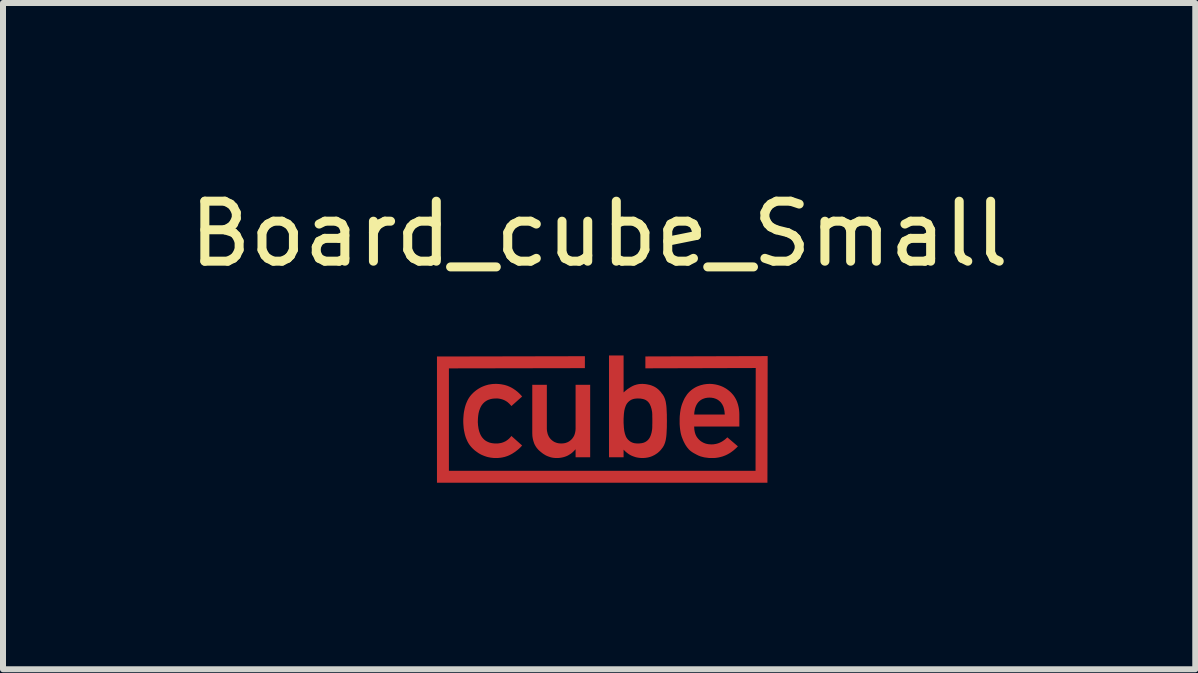
<source format=kicad_pcb>
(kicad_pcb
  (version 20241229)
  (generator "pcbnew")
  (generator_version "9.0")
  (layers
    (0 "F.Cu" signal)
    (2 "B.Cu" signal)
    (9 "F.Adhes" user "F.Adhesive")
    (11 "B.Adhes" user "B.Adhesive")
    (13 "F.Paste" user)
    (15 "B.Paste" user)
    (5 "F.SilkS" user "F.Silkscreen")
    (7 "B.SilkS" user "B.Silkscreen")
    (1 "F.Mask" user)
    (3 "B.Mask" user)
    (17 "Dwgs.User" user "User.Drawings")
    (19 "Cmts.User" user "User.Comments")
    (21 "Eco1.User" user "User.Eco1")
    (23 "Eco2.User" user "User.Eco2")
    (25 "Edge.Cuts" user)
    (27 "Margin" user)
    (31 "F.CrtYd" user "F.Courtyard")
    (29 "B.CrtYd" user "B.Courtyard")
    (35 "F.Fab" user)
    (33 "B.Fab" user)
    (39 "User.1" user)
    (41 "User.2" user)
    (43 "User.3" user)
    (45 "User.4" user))
  (footprint "Board_cube_Small"
    (layer "F.Cu")
    (at 6.935 3.848)
    (property "Reference" "Board_cube_Small" (at 0 -3 0) (unlocked yes) (layer "F.SilkS") (effects (font (size 1 1) (thickness 0.15))))
    (attr exclude_from_pos_files exclude_from_bom allow_missing_courtyard)
    (fp_poly (pts (xy 2.804 1.147) (xy -2.703 1.147) (xy -2.703 -0.957) (xy -0.238 -0.962) (xy -0.238 -0.763) (xy -2.504 -0.759) (xy -2.504 0.948) (xy 2.606 0.948) (xy 2.609 -0.765) (xy 0.77 -0.76) (xy 0.77 -0.958) (xy 2.808 -0.964)) (stroke (width 0) (type solid)) (fill yes) (layer "F.Cu"))
    (fp_poly (pts (xy -0.872 0.233) (xy -0.872 0.248) (xy -0.871 0.263) (xy -0.87 0.277) (xy -0.868 0.291) (xy -0.865 0.304) (xy -0.862 0.317) (xy -0.859 0.33) (xy -0.855 0.342) (xy -0.85 0.354) (xy -0.845 0.365) (xy -0.84 0.376) (xy -0.834 0.386) (xy -0.827 0.396) (xy -0.82 0.406) (xy -0.812 0.415) (xy -0.804 0.424) (xy -0.795 0.432) (xy -0.786 0.44) (xy -0.777 0.447) (xy -0.767 0.454) (xy -0.758 0.46) (xy -0.748 0.466) (xy -0.737 0.471) (xy -0.727 0.475) (xy -0.716 0.479) (xy -0.705 0.483) (xy -0.693 0.486) (xy -0.682 0.488) (xy -0.669 0.49) (xy -0.657 0.491) (xy -0.645 0.492) (xy -0.632 0.492) (xy -0.619 0.492) (xy -0.606 0.491) (xy -0.594 0.49) (xy -0.582 0.488) (xy -0.57 0.486) (xy -0.558 0.483) (xy -0.547 0.479) (xy -0.536 0.475) (xy -0.526 0.471) (xy -0.516 0.466) (xy -0.506 0.46) (xy -0.496 0.454) (xy -0.487 0.447) (xy -0.478 0.44) (xy -0.469 0.432) (xy -0.461 0.424) (xy -0.452 0.415) (xy -0.445 0.406) (xy -0.438 0.396) (xy -0.431 0.386) (xy -0.425 0.376) (xy -0.419 0.365) (xy -0.414 0.354) (xy -0.41 0.342) (xy -0.406 0.33) (xy -0.402 0.317) (xy -0.4 0.304) (xy -0.397 0.291) (xy -0.395 0.277) (xy -0.394 0.263) (xy -0.393 0.248) (xy -0.393 0.233) (xy -0.393 -0.485) (xy -0.15 -0.485) (xy -0.15 0.722) (xy -0.393 0.722) (xy -0.393 0.592) (xy -0.398 0.592) (xy -0.413 0.61) (xy -0.429 0.626) (xy -0.445 0.641) (xy -0.462 0.655) (xy -0.48 0.668) (xy -0.498 0.679) (xy -0.516 0.69) (xy -0.536 0.7) (xy -0.556 0.708) (xy -0.576 0.715) (xy -0.597 0.721) (xy -0.618 0.726) (xy -0.641 0.73) (xy -0.663 0.733) (xy -0.687 0.735) (xy -0.71 0.735) (xy -0.729 0.735) (xy -0.747 0.733) (xy -0.766 0.731) (xy -0.784 0.728) (xy -0.801 0.724) (xy -0.819 0.719) (xy -0.836 0.713) (xy -0.853 0.707) (xy -0.87 0.7) (xy -0.887 0.692) (xy -0.903 0.683) (xy -0.919 0.673) (xy -0.935 0.663) (xy -0.951 0.651) (xy -0.966 0.639) (xy -0.982 0.626) (xy -0.997 0.613) (xy -1.012 0.599) (xy -1.026 0.583) (xy -1.039 0.568) (xy -1.051 0.551) (xy -1.062 0.534) (xy -1.072 0.515) (xy -1.081 0.497) (xy -1.088 0.477) (xy -1.095 0.456) (xy -1.101 0.435) (xy -1.106 0.413) (xy -1.11 0.39) (xy -1.113 0.367) (xy -1.114 0.342) (xy -1.115 0.317) (xy -1.115 -0.485) (xy -0.872 -0.485)) (stroke (width 0) (type solid)) (fill yes) (layer "F.Cu"))
    (fp_poly (pts (xy -1.7 -0.5) (xy -1.683 -0.499) (xy -1.666 -0.498) (xy -1.649 -0.496) (xy -1.633 -0.494) (xy -1.617 -0.491) (xy -1.601 -0.488) (xy -1.585 -0.485) (xy -1.57 -0.481) (xy -1.555 -0.477) (xy -1.54 -0.472) (xy -1.525 -0.467) (xy -1.511 -0.461) (xy -1.497 -0.455) (xy -1.483 -0.449) (xy -1.47 -0.442) (xy -1.456 -0.435) (xy -1.443 -0.427) (xy -1.431 -0.42) (xy -1.418 -0.411) (xy -1.406 -0.403) (xy -1.393 -0.394) (xy -1.382 -0.385) (xy -1.37 -0.376) (xy -1.358 -0.366) (xy -1.347 -0.356) (xy -1.336 -0.346) (xy -1.325 -0.335) (xy -1.314 -0.324) (xy -1.304 -0.313) (xy -1.294 -0.302) (xy -1.284 -0.29) (xy -1.463 -0.131) (xy -1.474 -0.145) (xy -1.487 -0.159) (xy -1.499 -0.172) (xy -1.513 -0.184) (xy -1.526 -0.196) (xy -1.54 -0.206) (xy -1.555 -0.215) (xy -1.57 -0.224) (xy -1.586 -0.231) (xy -1.602 -0.238) (xy -1.618 -0.243) (xy -1.635 -0.248) (xy -1.653 -0.252) (xy -1.671 -0.255) (xy -1.689 -0.257) (xy -1.708 -0.258) (xy -1.727 -0.257) (xy -1.745 -0.257) (xy -1.763 -0.255) (xy -1.781 -0.253) (xy -1.797 -0.25) (xy -1.813 -0.246) (xy -1.829 -0.241) (xy -1.844 -0.236) (xy -1.858 -0.23) (xy -1.872 -0.223) (xy -1.885 -0.215) (xy -1.897 -0.207) (xy -1.909 -0.198) (xy -1.92 -0.188) (xy -1.931 -0.177) (xy -1.941 -0.166) (xy -1.951 -0.153) (xy -1.96 -0.141) (xy -1.968 -0.127) (xy -1.976 -0.112) (xy -1.983 -0.097) (xy -1.989 -0.081) (xy -1.995 -0.065) (xy -2.001 -0.047) (xy -2.01 -0.01) (xy -2.016 0.03) (xy -2.02 0.073) (xy -2.022 0.119) (xy -2.022 0.143) (xy -2.02 0.165) (xy -2.019 0.187) (xy -2.016 0.208) (xy -2.013 0.228) (xy -2.01 0.248) (xy -2.005 0.267) (xy -2.001 0.285) (xy -1.995 0.302) (xy -1.989 0.319) (xy -1.983 0.334) (xy -1.976 0.349) (xy -1.968 0.364) (xy -1.96 0.377) (xy -1.951 0.39) (xy -1.941 0.402) (xy -1.931 0.413) (xy -1.92 0.424) (xy -1.909 0.434) (xy -1.897 0.443) (xy -1.885 0.451) (xy -1.872 0.458) (xy -1.858 0.465) (xy -1.844 0.471) (xy -1.829 0.477) (xy -1.813 0.481) (xy -1.797 0.485) (xy -1.781 0.488) (xy -1.763 0.49) (xy -1.745 0.492) (xy -1.727 0.492) (xy -1.708 0.492) (xy -1.689 0.492) (xy -1.671 0.49) (xy -1.653 0.487) (xy -1.635 0.484) (xy -1.618 0.479) (xy -1.602 0.474) (xy -1.586 0.467) (xy -1.57 0.46) (xy -1.555 0.452) (xy -1.54 0.442) (xy -1.526 0.432) (xy -1.513 0.421) (xy -1.499 0.409) (xy -1.487 0.396) (xy -1.474 0.382) (xy -1.463 0.367) (xy -1.284 0.526) (xy -1.294 0.537) (xy -1.304 0.548) (xy -1.314 0.559) (xy -1.325 0.569) (xy -1.336 0.58) (xy -1.347 0.589) (xy -1.358 0.599) (xy -1.37 0.608) (xy -1.382 0.617) (xy -1.393 0.626) (xy -1.406 0.635) (xy -1.418 0.643) (xy -1.431 0.651) (xy -1.443 0.659) (xy -1.456 0.667) (xy -1.47 0.674) (xy -1.483 0.681) (xy -1.497 0.688) (xy -1.511 0.694) (xy -1.525 0.7) (xy -1.54 0.705) (xy -1.555 0.71) (xy -1.57 0.715) (xy -1.585 0.719) (xy -1.601 0.722) (xy -1.617 0.726) (xy -1.633 0.728) (xy -1.649 0.731) (xy -1.666 0.732) (xy -1.683 0.734) (xy -1.7 0.735) (xy -1.717 0.735) (xy -1.744 0.735) (xy -1.77 0.733) (xy -1.796 0.73) (xy -1.821 0.726) (xy -1.846 0.721) (xy -1.871 0.715) (xy -1.895 0.707) (xy -1.918 0.699) (xy -1.942 0.689) (xy -1.965 0.679) (xy -1.987 0.667) (xy -2.009 0.654) (xy -2.031 0.639) (xy -2.052 0.624) (xy -2.073 0.608) (xy -2.093 0.59) (xy -2.113 0.571) (xy -2.132 0.551) (xy -2.15 0.529) (xy -2.167 0.506) (xy -2.182 0.482) (xy -2.196 0.456) (xy -2.208 0.428) (xy -2.22 0.4) (xy -2.23 0.37) (xy -2.239 0.338) (xy -2.246 0.305) (xy -2.253 0.271) (xy -2.258 0.235) (xy -2.261 0.198) (xy -2.264 0.159) (xy -2.265 0.119) (xy -2.264 0.079) (xy -2.261 0.04) (xy -2.258 0.002) (xy -2.253 -0.034) (xy -2.246 -0.069) (xy -2.239 -0.102) (xy -2.23 -0.134) (xy -2.22 -0.165) (xy -2.208 -0.194) (xy -2.196 -0.221) (xy -2.182 -0.248) (xy -2.167 -0.272) (xy -2.15 -0.296) (xy -2.132 -0.318) (xy -2.113 -0.338) (xy -2.093 -0.358) (xy -2.073 -0.375) (xy -2.052 -0.392) (xy -2.031 -0.407) (xy -2.009 -0.421) (xy -1.987 -0.434) (xy -1.965 -0.446) (xy -1.942 -0.456) (xy -1.918 -0.466) (xy -1.895 -0.474) (xy -1.871 -0.481) (xy -1.846 -0.488) (xy -1.821 -0.492) (xy -1.796 -0.496) (xy -1.77 -0.499) (xy -1.744 -0.5) (xy -1.717 -0.501)) (stroke (width 0) (type solid)) (fill yes) (layer "F.Cu"))
    (fp_poly (pts (xy 1.864 -0.5) (xy 1.889 -0.498) (xy 1.913 -0.495) (xy 1.938 -0.491) (xy 1.961 -0.486) (xy 1.984 -0.48) (xy 2.007 -0.473) (xy 2.029 -0.465) (xy 2.051 -0.456) (xy 2.072 -0.446) (xy 2.092 -0.435) (xy 2.113 -0.423) (xy 2.132 -0.41) (xy 2.151 -0.396) (xy 2.17 -0.381) (xy 2.188 -0.365) (xy 2.206 -0.347) (xy 2.222 -0.329) (xy 2.238 -0.31) (xy 2.252 -0.29) (xy 2.265 -0.27) (xy 2.277 -0.248) (xy 2.288 -0.226) (xy 2.298 -0.203) (xy 2.306 -0.179) (xy 2.314 -0.154) (xy 2.32 -0.129) (xy 2.326 -0.103) (xy 2.33 -0.076) (xy 2.333 -0.048) (xy 2.335 -0.019) (xy 2.336 0.01) (xy 2.336 0.21) (xy 1.583 0.21) (xy 1.584 0.228) (xy 1.585 0.245) (xy 1.586 0.262) (xy 1.589 0.278) (xy 1.592 0.294) (xy 1.595 0.309) (xy 1.6 0.324) (xy 1.604 0.338) (xy 1.61 0.351) (xy 1.616 0.364) (xy 1.623 0.377) (xy 1.631 0.389) (xy 1.639 0.4) (xy 1.648 0.411) (xy 1.657 0.421) (xy 1.667 0.431) (xy 1.677 0.44) (xy 1.687 0.449) (xy 1.698 0.457) (xy 1.709 0.464) (xy 1.721 0.471) (xy 1.733 0.478) (xy 1.745 0.483) (xy 1.757 0.488) (xy 1.77 0.493) (xy 1.784 0.497) (xy 1.798 0.5) (xy 1.812 0.503) (xy 1.826 0.505) (xy 1.841 0.506) (xy 1.856 0.507) (xy 1.872 0.508) (xy 1.89 0.507) (xy 1.908 0.506) (xy 1.926 0.503) (xy 1.944 0.5) (xy 1.961 0.496) (xy 1.978 0.491) (xy 1.995 0.485) (xy 2.012 0.478) (xy 2.028 0.47) (xy 2.044 0.462) (xy 2.06 0.452) (xy 2.076 0.441) (xy 2.091 0.43) (xy 2.106 0.418) (xy 2.121 0.404) (xy 2.136 0.39) (xy 2.312 0.54) (xy 2.288 0.564) (xy 2.264 0.586) (xy 2.24 0.607) (xy 2.215 0.626) (xy 2.19 0.644) (xy 2.164 0.66) (xy 2.137 0.675) (xy 2.11 0.688) (xy 2.083 0.699) (xy 2.055 0.709) (xy 2.026 0.717) (xy 1.997 0.724) (xy 1.968 0.729) (xy 1.938 0.733) (xy 1.908 0.735) (xy 1.877 0.735) (xy 1.853 0.735) (xy 1.829 0.734) (xy 1.806 0.731) (xy 1.782 0.728) (xy 1.759 0.725) (xy 1.736 0.72) (xy 1.713 0.714) (xy 1.691 0.708) (xy 1.679 0.704) (xy 1.668 0.699) (xy 1.657 0.695) (xy 1.646 0.69) (xy 1.635 0.684) (xy 1.624 0.679) (xy 1.613 0.673) (xy 1.602 0.667) (xy 1.591 0.661) (xy 1.58 0.655) (xy 1.569 0.649) (xy 1.558 0.642) (xy 1.548 0.635) (xy 1.537 0.628) (xy 1.527 0.62) (xy 1.517 0.612) (xy 1.508 0.604) (xy 1.498 0.595) (xy 1.489 0.585) (xy 1.481 0.575) (xy 1.472 0.565) (xy 1.464 0.554) (xy 1.456 0.543) (xy 1.448 0.531) (xy 1.44 0.519) (xy 1.433 0.507) (xy 1.426 0.494) (xy 1.419 0.481) (xy 1.412 0.467) (xy 1.405 0.453) (xy 1.399 0.439) (xy 1.393 0.424) (xy 1.387 0.409) (xy 1.381 0.394) (xy 1.375 0.378) (xy 1.37 0.361) (xy 1.365 0.344) (xy 1.361 0.327) (xy 1.357 0.309) (xy 1.354 0.29) (xy 1.351 0.271) (xy 1.348 0.251) (xy 1.346 0.231) (xy 1.344 0.21) (xy 1.341 0.167) (xy 1.341 0.122) (xy 1.341 0.1) (xy 1.341 0.078) (xy 1.342 0.057) (xy 1.343 0.036) (xy 1.345 0.016) (xy 1.346 0.01) (xy 1.583 0.01) (xy 2.093 0.01) (xy 2.092 -0.007) (xy 2.09 -0.024) (xy 2.089 -0.04) (xy 2.086 -0.056) (xy 2.083 -0.071) (xy 2.08 -0.086) (xy 2.076 -0.1) (xy 2.072 -0.114) (xy 2.067 -0.127) (xy 2.061 -0.139) (xy 2.055 -0.151) (xy 2.049 -0.163) (xy 2.041 -0.173) (xy 2.034 -0.184) (xy 2.026 -0.194) (xy 2.017 -0.203) (xy 2.008 -0.211) (xy 1.999 -0.219) (xy 1.99 -0.226) (xy 1.98 -0.233) (xy 1.97 -0.239) (xy 1.959 -0.245) (xy 1.949 -0.25) (xy 1.938 -0.254) (xy 1.926 -0.258) (xy 1.915 -0.262) (xy 1.903 -0.265) (xy 1.89 -0.267) (xy 1.878 -0.269) (xy 1.865 -0.271) (xy 1.852 -0.271) (xy 1.838 -0.272) (xy 1.825 -0.271) (xy 1.811 -0.271) (xy 1.799 -0.269) (xy 1.786 -0.267) (xy 1.774 -0.265) (xy 1.762 -0.262) (xy 1.75 -0.258) (xy 1.739 -0.254) (xy 1.728 -0.25) (xy 1.717 -0.245) (xy 1.706 -0.239) (xy 1.696 -0.233) (xy 1.686 -0.226) (xy 1.677 -0.219) (xy 1.668 -0.211) (xy 1.659 -0.203) (xy 1.651 -0.194) (xy 1.643 -0.184) (xy 1.635 -0.173) (xy 1.629 -0.163) (xy 1.622 -0.151) (xy 1.616 -0.139) (xy 1.611 -0.127) (xy 1.606 -0.114) (xy 1.601 -0.1) (xy 1.597 -0.086) (xy 1.594 -0.071) (xy 1.591 -0.056) (xy 1.588 -0.04) (xy 1.586 -0.024) (xy 1.585 -0.007) (xy 1.583 0.01) (xy 1.346 0.01) (xy 1.347 -0.004) (xy 1.349 -0.024) (xy 1.352 -0.042) (xy 1.355 -0.061) (xy 1.358 -0.079) (xy 1.362 -0.096) (xy 1.366 -0.113) (xy 1.37 -0.129) (xy 1.375 -0.145) (xy 1.38 -0.161) (xy 1.386 -0.176) (xy 1.392 -0.191) (xy 1.398 -0.205) (xy 1.404 -0.22) (xy 1.41 -0.233) (xy 1.417 -0.247) (xy 1.423 -0.26) (xy 1.43 -0.272) (xy 1.438 -0.284) (xy 1.445 -0.296) (xy 1.453 -0.307) (xy 1.46 -0.318) (xy 1.468 -0.329) (xy 1.476 -0.339) (xy 1.485 -0.349) (xy 1.493 -0.358) (xy 1.502 -0.367) (xy 1.511 -0.376) (xy 1.52 -0.384) (xy 1.53 -0.392) (xy 1.539 -0.4) (xy 1.549 -0.407) (xy 1.559 -0.415) (xy 1.569 -0.421) (xy 1.579 -0.428) (xy 1.589 -0.434) (xy 1.599 -0.44) (xy 1.61 -0.446) (xy 1.62 -0.451) (xy 1.631 -0.456) (xy 1.642 -0.461) (xy 1.653 -0.465) (xy 1.664 -0.469) (xy 1.686 -0.477) (xy 1.708 -0.483) (xy 1.73 -0.488) (xy 1.741 -0.491) (xy 1.752 -0.493) (xy 1.763 -0.494) (xy 1.773 -0.496) (xy 1.784 -0.497) (xy 1.795 -0.499) (xy 1.806 -0.499) (xy 1.817 -0.5) (xy 1.827 -0.5) (xy 1.838 -0.501)) (stroke (width 0) (type solid)) (fill yes) (layer "F.Cu"))
    (fp_poly (pts (xy 0.407 -0.358) (xy 0.415 -0.365) (xy 0.424 -0.373) (xy 0.432 -0.381) (xy 0.441 -0.388) (xy 0.45 -0.395) (xy 0.458 -0.402) (xy 0.467 -0.409) (xy 0.476 -0.416) (xy 0.495 -0.428) (xy 0.513 -0.44) (xy 0.533 -0.452) (xy 0.552 -0.462) (xy 0.561 -0.467) (xy 0.571 -0.471) (xy 0.58 -0.475) (xy 0.59 -0.479) (xy 0.6 -0.482) (xy 0.61 -0.485) (xy 0.62 -0.488) (xy 0.63 -0.491) (xy 0.641 -0.493) (xy 0.651 -0.495) (xy 0.662 -0.497) (xy 0.673 -0.498) (xy 0.684 -0.499) (xy 0.696 -0.5) (xy 0.707 -0.5) (xy 0.719 -0.501) (xy 0.746 -0.499) (xy 0.772 -0.497) (xy 0.798 -0.493) (xy 0.822 -0.488) (xy 0.846 -0.483) (xy 0.868 -0.476) (xy 0.89 -0.467) (xy 0.9 -0.463) (xy 0.911 -0.458) (xy 0.921 -0.453) (xy 0.93 -0.448) (xy 0.94 -0.442) (xy 0.949 -0.436) (xy 0.958 -0.43) (xy 0.967 -0.423) (xy 0.976 -0.416) (xy 0.984 -0.409) (xy 0.992 -0.402) (xy 1 -0.394) (xy 1.008 -0.386) (xy 1.015 -0.378) (xy 1.023 -0.37) (xy 1.03 -0.361) (xy 1.036 -0.352) (xy 1.043 -0.342) (xy 1.049 -0.335) (xy 1.055 -0.328) (xy 1.061 -0.32) (xy 1.066 -0.312) (xy 1.071 -0.303) (xy 1.076 -0.295) (xy 1.081 -0.286) (xy 1.085 -0.276) (xy 1.089 -0.267) (xy 1.093 -0.257) (xy 1.097 -0.247) (xy 1.1 -0.237) (xy 1.103 -0.226) (xy 1.106 -0.215) (xy 1.109 -0.204) (xy 1.111 -0.192) (xy 1.115 -0.167) (xy 1.119 -0.139) (xy 1.122 -0.106) (xy 1.124 -0.069) (xy 1.126 -0.028) (xy 1.128 0.016) (xy 1.128 0.065) (xy 1.129 0.117) (xy 1.128 0.169) (xy 1.128 0.216) (xy 1.126 0.26) (xy 1.124 0.301) (xy 1.122 0.337) (xy 1.119 0.37) (xy 1.115 0.399) (xy 1.111 0.424) (xy 1.109 0.436) (xy 1.106 0.448) (xy 1.103 0.459) (xy 1.1 0.47) (xy 1.097 0.481) (xy 1.093 0.491) (xy 1.089 0.501) (xy 1.085 0.511) (xy 1.081 0.521) (xy 1.076 0.53) (xy 1.071 0.539) (xy 1.066 0.547) (xy 1.061 0.556) (xy 1.055 0.564) (xy 1.049 0.571) (xy 1.043 0.579) (xy 1.037 0.587) (xy 1.03 0.596) (xy 1.023 0.604) (xy 1.016 0.612) (xy 1.009 0.619) (xy 1.001 0.627) (xy 0.993 0.634) (xy 0.985 0.641) (xy 0.977 0.648) (xy 0.968 0.655) (xy 0.959 0.661) (xy 0.95 0.667) (xy 0.941 0.673) (xy 0.931 0.679) (xy 0.922 0.685) (xy 0.911 0.69) (xy 0.901 0.695) (xy 0.891 0.7) (xy 0.88 0.705) (xy 0.869 0.709) (xy 0.858 0.713) (xy 0.847 0.717) (xy 0.835 0.72) (xy 0.823 0.723) (xy 0.811 0.726) (xy 0.798 0.728) (xy 0.786 0.73) (xy 0.773 0.732) (xy 0.76 0.733) (xy 0.746 0.734) (xy 0.732 0.735) (xy 0.719 0.735) (xy 0.695 0.734) (xy 0.672 0.732) (xy 0.649 0.729) (xy 0.627 0.725) (xy 0.606 0.72) (xy 0.585 0.713) (xy 0.565 0.706) (xy 0.545 0.698) (xy 0.526 0.689) (xy 0.507 0.678) (xy 0.489 0.667) (xy 0.472 0.654) (xy 0.455 0.641) (xy 0.438 0.627) (xy 0.422 0.611) (xy 0.407 0.595) (xy 0.407 0.722) (xy 0.164 0.722) (xy 0.164 0.117) (xy 0.407 0.117) (xy 0.407 0.133) (xy 0.407 0.149) (xy 0.408 0.165) (xy 0.409 0.181) (xy 0.41 0.198) (xy 0.411 0.214) (xy 0.412 0.231) (xy 0.414 0.247) (xy 0.416 0.264) (xy 0.418 0.28) (xy 0.421 0.296) (xy 0.425 0.311) (xy 0.428 0.326) (xy 0.433 0.341) (xy 0.438 0.355) (xy 0.443 0.369) (xy 0.446 0.376) (xy 0.449 0.383) (xy 0.452 0.389) (xy 0.456 0.395) (xy 0.46 0.401) (xy 0.464 0.407) (xy 0.468 0.413) (xy 0.473 0.419) (xy 0.477 0.424) (xy 0.482 0.429) (xy 0.487 0.434) (xy 0.493 0.439) (xy 0.498 0.444) (xy 0.504 0.449) (xy 0.51 0.453) (xy 0.516 0.458) (xy 0.522 0.462) (xy 0.529 0.466) (xy 0.535 0.469) (xy 0.542 0.473) (xy 0.549 0.476) (xy 0.557 0.479) (xy 0.564 0.481) (xy 0.572 0.484) (xy 0.58 0.486) (xy 0.589 0.488) (xy 0.598 0.489) (xy 0.607 0.49) (xy 0.616 0.491) (xy 0.625 0.492) (xy 0.635 0.492) (xy 0.645 0.492) (xy 0.656 0.492) (xy 0.666 0.492) (xy 0.676 0.491) (xy 0.686 0.49) (xy 0.695 0.489) (xy 0.705 0.488) (xy 0.714 0.486) (xy 0.722 0.484) (xy 0.731 0.482) (xy 0.739 0.48) (xy 0.746 0.477) (xy 0.754 0.474) (xy 0.761 0.471) (xy 0.768 0.467) (xy 0.775 0.464) (xy 0.781 0.46) (xy 0.787 0.456) (xy 0.793 0.451) (xy 0.799 0.447) (xy 0.804 0.442) (xy 0.81 0.437) (xy 0.815 0.432) (xy 0.819 0.427) (xy 0.824 0.421) (xy 0.828 0.416) (xy 0.832 0.41) (xy 0.836 0.405) (xy 0.84 0.399) (xy 0.843 0.393) (xy 0.846 0.387) (xy 0.849 0.38) (xy 0.852 0.374) (xy 0.858 0.36) (xy 0.863 0.346) (xy 0.867 0.331) (xy 0.872 0.316) (xy 0.875 0.3) (xy 0.878 0.284) (xy 0.881 0.267) (xy 0.883 0.251) (xy 0.885 0.218) (xy 0.885 0.185) (xy 0.886 0.151) (xy 0.886 0.117) (xy 0.886 0.081) (xy 0.885 0.046) (xy 0.885 0.011) (xy 0.883 -0.024) (xy 0.881 -0.04) (xy 0.878 -0.055) (xy 0.875 -0.07) (xy 0.872 -0.085) (xy 0.867 -0.1) (xy 0.863 -0.115) (xy 0.858 -0.129) (xy 0.852 -0.142) (xy 0.849 -0.149) (xy 0.846 -0.156) (xy 0.843 -0.162) (xy 0.84 -0.168) (xy 0.836 -0.174) (xy 0.832 -0.18) (xy 0.828 -0.186) (xy 0.824 -0.191) (xy 0.819 -0.196) (xy 0.815 -0.202) (xy 0.81 -0.206) (xy 0.804 -0.211) (xy 0.799 -0.216) (xy 0.793 -0.22) (xy 0.787 -0.224) (xy 0.781 -0.228) (xy 0.775 -0.232) (xy 0.768 -0.235) (xy 0.761 -0.238) (xy 0.754 -0.241) (xy 0.746 -0.244) (xy 0.739 -0.246) (xy 0.731 -0.248) (xy 0.722 -0.25) (xy 0.714 -0.252) (xy 0.705 -0.253) (xy 0.695 -0.255) (xy 0.686 -0.256) (xy 0.676 -0.257) (xy 0.666 -0.257) (xy 0.656 -0.257) (xy 0.645 -0.258) (xy 0.635 -0.257) (xy 0.625 -0.257) (xy 0.616 -0.256) (xy 0.607 -0.255) (xy 0.598 -0.254) (xy 0.589 -0.253) (xy 0.58 -0.251) (xy 0.572 -0.249) (xy 0.564 -0.247) (xy 0.557 -0.244) (xy 0.549 -0.242) (xy 0.542 -0.239) (xy 0.535 -0.235) (xy 0.529 -0.232) (xy 0.522 -0.228) (xy 0.516 -0.224) (xy 0.51 -0.22) (xy 0.504 -0.215) (xy 0.498 -0.211) (xy 0.493 -0.206) (xy 0.487 -0.201) (xy 0.482 -0.196) (xy 0.477 -0.19) (xy 0.473 -0.185) (xy 0.468 -0.179) (xy 0.464 -0.174) (xy 0.46 -0.168) (xy 0.456 -0.161) (xy 0.452 -0.155) (xy 0.449 -0.149) (xy 0.446 -0.142) (xy 0.443 -0.135) (xy 0.438 -0.122) (xy 0.433 -0.107) (xy 0.428 -0.093) (xy 0.425 -0.078) (xy 0.421 -0.064) (xy 0.418 -0.048) (xy 0.416 -0.033) (xy 0.414 -0.017) (xy 0.412 -0.001) (xy 0.411 0.016) (xy 0.41 0.032) (xy 0.409 0.049) (xy 0.408 0.066) (xy 0.407 0.082) (xy 0.407 0.1) (xy 0.407 0.117) (xy 0.164 0.117) (xy 0.164 -0.974) (xy 0.407 -0.974)) (stroke (width 0) (type solid)) (fill yes) (layer "F.Cu"))
    (fp_poly (pts (xy 2.804 1.147) (xy -2.703 1.147) (xy -2.703 -0.957) (xy -0.238 -0.962) (xy -0.238 -0.763) (xy -2.504 -0.759) (xy -2.504 0.948) (xy 2.606 0.948) (xy 2.609 -0.765) (xy 0.77 -0.76) (xy 0.77 -0.958) (xy 2.808 -0.964)) (stroke (width 0) (type solid)) (fill yes) (layer "F.Mask"))
    (fp_poly (pts (xy -0.872 0.233) (xy -0.872 0.248) (xy -0.871 0.263) (xy -0.87 0.277) (xy -0.868 0.291) (xy -0.865 0.304) (xy -0.862 0.317) (xy -0.859 0.33) (xy -0.855 0.342) (xy -0.85 0.354) (xy -0.845 0.365) (xy -0.84 0.376) (xy -0.834 0.386) (xy -0.827 0.396) (xy -0.82 0.406) (xy -0.812 0.415) (xy -0.804 0.424) (xy -0.795 0.432) (xy -0.786 0.44) (xy -0.777 0.447) (xy -0.767 0.454) (xy -0.758 0.46) (xy -0.748 0.466) (xy -0.737 0.471) (xy -0.727 0.475) (xy -0.716 0.479) (xy -0.705 0.483) (xy -0.693 0.486) (xy -0.682 0.488) (xy -0.669 0.49) (xy -0.657 0.491) (xy -0.645 0.492) (xy -0.632 0.492) (xy -0.619 0.492) (xy -0.606 0.491) (xy -0.594 0.49) (xy -0.582 0.488) (xy -0.57 0.486) (xy -0.558 0.483) (xy -0.547 0.479) (xy -0.536 0.475) (xy -0.526 0.471) (xy -0.516 0.466) (xy -0.506 0.46) (xy -0.496 0.454) (xy -0.487 0.447) (xy -0.478 0.44) (xy -0.469 0.432) (xy -0.461 0.424) (xy -0.452 0.415) (xy -0.445 0.406) (xy -0.438 0.396) (xy -0.431 0.386) (xy -0.425 0.376) (xy -0.419 0.365) (xy -0.414 0.354) (xy -0.41 0.342) (xy -0.406 0.33) (xy -0.402 0.317) (xy -0.4 0.304) (xy -0.397 0.291) (xy -0.395 0.277) (xy -0.394 0.263) (xy -0.393 0.248) (xy -0.393 0.233) (xy -0.393 -0.485) (xy -0.15 -0.485) (xy -0.15 0.722) (xy -0.393 0.722) (xy -0.393 0.592) (xy -0.398 0.592) (xy -0.413 0.61) (xy -0.429 0.626) (xy -0.445 0.641) (xy -0.462 0.655) (xy -0.48 0.668) (xy -0.498 0.679) (xy -0.516 0.69) (xy -0.536 0.7) (xy -0.556 0.708) (xy -0.576 0.715) (xy -0.597 0.721) (xy -0.618 0.726) (xy -0.641 0.73) (xy -0.663 0.733) (xy -0.687 0.735) (xy -0.71 0.735) (xy -0.729 0.735) (xy -0.747 0.733) (xy -0.766 0.731) (xy -0.784 0.728) (xy -0.801 0.724) (xy -0.819 0.719) (xy -0.836 0.713) (xy -0.853 0.707) (xy -0.87 0.7) (xy -0.887 0.692) (xy -0.903 0.683) (xy -0.919 0.673) (xy -0.935 0.663) (xy -0.951 0.651) (xy -0.966 0.639) (xy -0.982 0.626) (xy -0.997 0.613) (xy -1.012 0.599) (xy -1.026 0.583) (xy -1.039 0.568) (xy -1.051 0.551) (xy -1.062 0.534) (xy -1.072 0.515) (xy -1.081 0.497) (xy -1.088 0.477) (xy -1.095 0.456) (xy -1.101 0.435) (xy -1.106 0.413) (xy -1.11 0.39) (xy -1.113 0.367) (xy -1.114 0.342) (xy -1.115 0.317) (xy -1.115 -0.485) (xy -0.872 -0.485)) (stroke (width 0) (type solid)) (fill yes) (layer "F.Mask"))
    (fp_poly (pts (xy -1.7 -0.5) (xy -1.683 -0.499) (xy -1.666 -0.498) (xy -1.649 -0.496) (xy -1.633 -0.494) (xy -1.617 -0.491) (xy -1.601 -0.488) (xy -1.585 -0.485) (xy -1.57 -0.481) (xy -1.555 -0.477) (xy -1.54 -0.472) (xy -1.525 -0.467) (xy -1.511 -0.461) (xy -1.497 -0.455) (xy -1.483 -0.449) (xy -1.47 -0.442) (xy -1.456 -0.435) (xy -1.443 -0.427) (xy -1.431 -0.42) (xy -1.418 -0.411) (xy -1.406 -0.403) (xy -1.393 -0.394) (xy -1.382 -0.385) (xy -1.37 -0.376) (xy -1.358 -0.366) (xy -1.347 -0.356) (xy -1.336 -0.346) (xy -1.325 -0.335) (xy -1.314 -0.324) (xy -1.304 -0.313) (xy -1.294 -0.302) (xy -1.284 -0.29) (xy -1.463 -0.131) (xy -1.474 -0.145) (xy -1.487 -0.159) (xy -1.499 -0.172) (xy -1.513 -0.184) (xy -1.526 -0.196) (xy -1.54 -0.206) (xy -1.555 -0.215) (xy -1.57 -0.224) (xy -1.586 -0.231) (xy -1.602 -0.238) (xy -1.618 -0.243) (xy -1.635 -0.248) (xy -1.653 -0.252) (xy -1.671 -0.255) (xy -1.689 -0.257) (xy -1.708 -0.258) (xy -1.727 -0.257) (xy -1.745 -0.257) (xy -1.763 -0.255) (xy -1.781 -0.253) (xy -1.797 -0.25) (xy -1.813 -0.246) (xy -1.829 -0.241) (xy -1.844 -0.236) (xy -1.858 -0.23) (xy -1.872 -0.223) (xy -1.885 -0.215) (xy -1.897 -0.207) (xy -1.909 -0.198) (xy -1.92 -0.188) (xy -1.931 -0.177) (xy -1.941 -0.166) (xy -1.951 -0.153) (xy -1.96 -0.141) (xy -1.968 -0.127) (xy -1.976 -0.112) (xy -1.983 -0.097) (xy -1.989 -0.081) (xy -1.995 -0.065) (xy -2.001 -0.047) (xy -2.01 -0.01) (xy -2.016 0.03) (xy -2.02 0.073) (xy -2.022 0.119) (xy -2.022 0.143) (xy -2.02 0.165) (xy -2.019 0.187) (xy -2.016 0.208) (xy -2.013 0.228) (xy -2.01 0.248) (xy -2.005 0.267) (xy -2.001 0.285) (xy -1.995 0.302) (xy -1.989 0.319) (xy -1.983 0.334) (xy -1.976 0.349) (xy -1.968 0.364) (xy -1.96 0.377) (xy -1.951 0.39) (xy -1.941 0.402) (xy -1.931 0.413) (xy -1.92 0.424) (xy -1.909 0.434) (xy -1.897 0.443) (xy -1.885 0.451) (xy -1.872 0.458) (xy -1.858 0.465) (xy -1.844 0.471) (xy -1.829 0.477) (xy -1.813 0.481) (xy -1.797 0.485) (xy -1.781 0.488) (xy -1.763 0.49) (xy -1.745 0.492) (xy -1.727 0.492) (xy -1.708 0.492) (xy -1.689 0.492) (xy -1.671 0.49) (xy -1.653 0.487) (xy -1.635 0.484) (xy -1.618 0.479) (xy -1.602 0.474) (xy -1.586 0.467) (xy -1.57 0.46) (xy -1.555 0.452) (xy -1.54 0.442) (xy -1.526 0.432) (xy -1.513 0.421) (xy -1.499 0.409) (xy -1.487 0.396) (xy -1.474 0.382) (xy -1.463 0.367) (xy -1.284 0.526) (xy -1.294 0.537) (xy -1.304 0.548) (xy -1.314 0.559) (xy -1.325 0.569) (xy -1.336 0.58) (xy -1.347 0.589) (xy -1.358 0.599) (xy -1.37 0.608) (xy -1.382 0.617) (xy -1.393 0.626) (xy -1.406 0.635) (xy -1.418 0.643) (xy -1.431 0.651) (xy -1.443 0.659) (xy -1.456 0.667) (xy -1.47 0.674) (xy -1.483 0.681) (xy -1.497 0.688) (xy -1.511 0.694) (xy -1.525 0.7) (xy -1.54 0.705) (xy -1.555 0.71) (xy -1.57 0.715) (xy -1.585 0.719) (xy -1.601 0.722) (xy -1.617 0.726) (xy -1.633 0.728) (xy -1.649 0.731) (xy -1.666 0.732) (xy -1.683 0.734) (xy -1.7 0.735) (xy -1.717 0.735) (xy -1.744 0.735) (xy -1.77 0.733) (xy -1.796 0.73) (xy -1.821 0.726) (xy -1.846 0.721) (xy -1.871 0.715) (xy -1.895 0.707) (xy -1.918 0.699) (xy -1.942 0.689) (xy -1.965 0.679) (xy -1.987 0.667) (xy -2.009 0.654) (xy -2.031 0.639) (xy -2.052 0.624) (xy -2.073 0.608) (xy -2.093 0.59) (xy -2.113 0.571) (xy -2.132 0.551) (xy -2.15 0.529) (xy -2.167 0.506) (xy -2.182 0.482) (xy -2.196 0.456) (xy -2.208 0.428) (xy -2.22 0.4) (xy -2.23 0.37) (xy -2.239 0.338) (xy -2.246 0.305) (xy -2.253 0.271) (xy -2.258 0.235) (xy -2.261 0.198) (xy -2.264 0.159) (xy -2.265 0.119) (xy -2.264 0.079) (xy -2.261 0.04) (xy -2.258 0.002) (xy -2.253 -0.034) (xy -2.246 -0.069) (xy -2.239 -0.102) (xy -2.23 -0.134) (xy -2.22 -0.165) (xy -2.208 -0.194) (xy -2.196 -0.221) (xy -2.182 -0.248) (xy -2.167 -0.272) (xy -2.15 -0.296) (xy -2.132 -0.318) (xy -2.113 -0.338) (xy -2.093 -0.358) (xy -2.073 -0.375) (xy -2.052 -0.392) (xy -2.031 -0.407) (xy -2.009 -0.421) (xy -1.987 -0.434) (xy -1.965 -0.446) (xy -1.942 -0.456) (xy -1.918 -0.466) (xy -1.895 -0.474) (xy -1.871 -0.481) (xy -1.846 -0.488) (xy -1.821 -0.492) (xy -1.796 -0.496) (xy -1.77 -0.499) (xy -1.744 -0.5) (xy -1.717 -0.501)) (stroke (width 0) (type solid)) (fill yes) (layer "F.Mask"))
    (fp_poly (pts (xy 1.864 -0.5) (xy 1.889 -0.498) (xy 1.913 -0.495) (xy 1.938 -0.491) (xy 1.961 -0.486) (xy 1.984 -0.48) (xy 2.007 -0.473) (xy 2.029 -0.465) (xy 2.051 -0.456) (xy 2.072 -0.446) (xy 2.092 -0.435) (xy 2.113 -0.423) (xy 2.132 -0.41) (xy 2.151 -0.396) (xy 2.17 -0.381) (xy 2.188 -0.365) (xy 2.206 -0.347) (xy 2.222 -0.329) (xy 2.238 -0.31) (xy 2.252 -0.29) (xy 2.265 -0.27) (xy 2.277 -0.248) (xy 2.288 -0.226) (xy 2.298 -0.203) (xy 2.306 -0.179) (xy 2.314 -0.154) (xy 2.32 -0.129) (xy 2.326 -0.103) (xy 2.33 -0.076) (xy 2.333 -0.048) (xy 2.335 -0.019) (xy 2.336 0.01) (xy 2.336 0.21) (xy 1.583 0.21) (xy 1.584 0.228) (xy 1.585 0.245) (xy 1.586 0.262) (xy 1.589 0.278) (xy 1.592 0.294) (xy 1.595 0.309) (xy 1.6 0.324) (xy 1.604 0.338) (xy 1.61 0.351) (xy 1.616 0.364) (xy 1.623 0.377) (xy 1.631 0.389) (xy 1.639 0.4) (xy 1.648 0.411) (xy 1.657 0.421) (xy 1.667 0.431) (xy 1.677 0.44) (xy 1.687 0.449) (xy 1.698 0.457) (xy 1.709 0.464) (xy 1.721 0.471) (xy 1.733 0.478) (xy 1.745 0.483) (xy 1.757 0.488) (xy 1.77 0.493) (xy 1.784 0.497) (xy 1.798 0.5) (xy 1.812 0.503) (xy 1.826 0.505) (xy 1.841 0.506) (xy 1.856 0.507) (xy 1.872 0.508) (xy 1.89 0.507) (xy 1.908 0.506) (xy 1.926 0.503) (xy 1.944 0.5) (xy 1.961 0.496) (xy 1.978 0.491) (xy 1.995 0.485) (xy 2.012 0.478) (xy 2.028 0.47) (xy 2.044 0.462) (xy 2.06 0.452) (xy 2.076 0.441) (xy 2.091 0.43) (xy 2.106 0.418) (xy 2.121 0.404) (xy 2.136 0.39) (xy 2.312 0.54) (xy 2.288 0.564) (xy 2.264 0.586) (xy 2.24 0.607) (xy 2.215 0.626) (xy 2.19 0.644) (xy 2.164 0.66) (xy 2.137 0.675) (xy 2.11 0.688) (xy 2.083 0.699) (xy 2.055 0.709) (xy 2.026 0.717) (xy 1.997 0.724) (xy 1.968 0.729) (xy 1.938 0.733) (xy 1.908 0.735) (xy 1.877 0.735) (xy 1.853 0.735) (xy 1.829 0.734) (xy 1.806 0.731) (xy 1.782 0.728) (xy 1.759 0.725) (xy 1.736 0.72) (xy 1.713 0.714) (xy 1.691 0.708) (xy 1.679 0.704) (xy 1.668 0.699) (xy 1.657 0.695) (xy 1.646 0.69) (xy 1.635 0.684) (xy 1.624 0.679) (xy 1.613 0.673) (xy 1.602 0.667) (xy 1.591 0.661) (xy 1.58 0.655) (xy 1.569 0.649) (xy 1.558 0.642) (xy 1.548 0.635) (xy 1.537 0.628) (xy 1.527 0.62) (xy 1.517 0.612) (xy 1.508 0.604) (xy 1.498 0.595) (xy 1.489 0.585) (xy 1.481 0.575) (xy 1.472 0.565) (xy 1.464 0.554) (xy 1.456 0.543) (xy 1.448 0.531) (xy 1.44 0.519) (xy 1.433 0.507) (xy 1.426 0.494) (xy 1.419 0.481) (xy 1.412 0.467) (xy 1.405 0.453) (xy 1.399 0.439) (xy 1.393 0.424) (xy 1.387 0.409) (xy 1.381 0.394) (xy 1.375 0.378) (xy 1.37 0.361) (xy 1.365 0.344) (xy 1.361 0.327) (xy 1.357 0.309) (xy 1.354 0.29) (xy 1.351 0.271) (xy 1.348 0.251) (xy 1.346 0.231) (xy 1.344 0.21) (xy 1.341 0.167) (xy 1.341 0.122) (xy 1.341 0.1) (xy 1.341 0.078) (xy 1.342 0.057) (xy 1.343 0.036) (xy 1.345 0.016) (xy 1.346 0.01) (xy 1.583 0.01) (xy 2.093 0.01) (xy 2.092 -0.007) (xy 2.09 -0.024) (xy 2.089 -0.04) (xy 2.086 -0.056) (xy 2.083 -0.071) (xy 2.08 -0.086) (xy 2.076 -0.1) (xy 2.072 -0.114) (xy 2.067 -0.127) (xy 2.061 -0.139) (xy 2.055 -0.151) (xy 2.049 -0.163) (xy 2.041 -0.173) (xy 2.034 -0.184) (xy 2.026 -0.194) (xy 2.017 -0.203) (xy 2.008 -0.211) (xy 1.999 -0.219) (xy 1.99 -0.226) (xy 1.98 -0.233) (xy 1.97 -0.239) (xy 1.959 -0.245) (xy 1.949 -0.25) (xy 1.938 -0.254) (xy 1.926 -0.258) (xy 1.915 -0.262) (xy 1.903 -0.265) (xy 1.89 -0.267) (xy 1.878 -0.269) (xy 1.865 -0.271) (xy 1.852 -0.271) (xy 1.838 -0.272) (xy 1.825 -0.271) (xy 1.811 -0.271) (xy 1.799 -0.269) (xy 1.786 -0.267) (xy 1.774 -0.265) (xy 1.762 -0.262) (xy 1.75 -0.258) (xy 1.739 -0.254) (xy 1.728 -0.25) (xy 1.717 -0.245) (xy 1.706 -0.239) (xy 1.696 -0.233) (xy 1.686 -0.226) (xy 1.677 -0.219) (xy 1.668 -0.211) (xy 1.659 -0.203) (xy 1.651 -0.194) (xy 1.643 -0.184) (xy 1.635 -0.173) (xy 1.629 -0.163) (xy 1.622 -0.151) (xy 1.616 -0.139) (xy 1.611 -0.127) (xy 1.606 -0.114) (xy 1.601 -0.1) (xy 1.597 -0.086) (xy 1.594 -0.071) (xy 1.591 -0.056) (xy 1.588 -0.04) (xy 1.586 -0.024) (xy 1.585 -0.007) (xy 1.583 0.01) (xy 1.346 0.01) (xy 1.347 -0.004) (xy 1.349 -0.024) (xy 1.352 -0.042) (xy 1.355 -0.061) (xy 1.358 -0.079) (xy 1.362 -0.096) (xy 1.366 -0.113) (xy 1.37 -0.129) (xy 1.375 -0.145) (xy 1.38 -0.161) (xy 1.386 -0.176) (xy 1.392 -0.191) (xy 1.398 -0.205) (xy 1.404 -0.22) (xy 1.41 -0.233) (xy 1.417 -0.247) (xy 1.423 -0.26) (xy 1.43 -0.272) (xy 1.438 -0.284) (xy 1.445 -0.296) (xy 1.453 -0.307) (xy 1.46 -0.318) (xy 1.468 -0.329) (xy 1.476 -0.339) (xy 1.485 -0.349) (xy 1.493 -0.358) (xy 1.502 -0.367) (xy 1.511 -0.376) (xy 1.52 -0.384) (xy 1.53 -0.392) (xy 1.539 -0.4) (xy 1.549 -0.407) (xy 1.559 -0.415) (xy 1.569 -0.421) (xy 1.579 -0.428) (xy 1.589 -0.434) (xy 1.599 -0.44) (xy 1.61 -0.446) (xy 1.62 -0.451) (xy 1.631 -0.456) (xy 1.642 -0.461) (xy 1.653 -0.465) (xy 1.664 -0.469) (xy 1.686 -0.477) (xy 1.708 -0.483) (xy 1.73 -0.488) (xy 1.741 -0.491) (xy 1.752 -0.493) (xy 1.763 -0.494) (xy 1.773 -0.496) (xy 1.784 -0.497) (xy 1.795 -0.499) (xy 1.806 -0.499) (xy 1.817 -0.5) (xy 1.827 -0.5) (xy 1.838 -0.501)) (stroke (width 0) (type solid)) (fill yes) (layer "F.Mask"))
    (fp_poly (pts (xy 0.407 -0.358) (xy 0.415 -0.365) (xy 0.424 -0.373) (xy 0.432 -0.381) (xy 0.441 -0.388) (xy 0.45 -0.395) (xy 0.458 -0.402) (xy 0.467 -0.409) (xy 0.476 -0.416) (xy 0.495 -0.428) (xy 0.513 -0.44) (xy 0.533 -0.452) (xy 0.552 -0.462) (xy 0.561 -0.467) (xy 0.571 -0.471) (xy 0.58 -0.475) (xy 0.59 -0.479) (xy 0.6 -0.482) (xy 0.61 -0.485) (xy 0.62 -0.488) (xy 0.63 -0.491) (xy 0.641 -0.493) (xy 0.651 -0.495) (xy 0.662 -0.497) (xy 0.673 -0.498) (xy 0.684 -0.499) (xy 0.696 -0.5) (xy 0.707 -0.5) (xy 0.719 -0.501) (xy 0.746 -0.499) (xy 0.772 -0.497) (xy 0.798 -0.493) (xy 0.822 -0.488) (xy 0.846 -0.483) (xy 0.868 -0.476) (xy 0.89 -0.467) (xy 0.9 -0.463) (xy 0.911 -0.458) (xy 0.921 -0.453) (xy 0.93 -0.448) (xy 0.94 -0.442) (xy 0.949 -0.436) (xy 0.958 -0.43) (xy 0.967 -0.423) (xy 0.976 -0.416) (xy 0.984 -0.409) (xy 0.992 -0.402) (xy 1 -0.394) (xy 1.008 -0.386) (xy 1.015 -0.378) (xy 1.023 -0.37) (xy 1.03 -0.361) (xy 1.036 -0.352) (xy 1.043 -0.342) (xy 1.049 -0.335) (xy 1.055 -0.328) (xy 1.061 -0.32) (xy 1.066 -0.312) (xy 1.071 -0.303) (xy 1.076 -0.295) (xy 1.081 -0.286) (xy 1.085 -0.276) (xy 1.089 -0.267) (xy 1.093 -0.257) (xy 1.097 -0.247) (xy 1.1 -0.237) (xy 1.103 -0.226) (xy 1.106 -0.215) (xy 1.109 -0.204) (xy 1.111 -0.192) (xy 1.115 -0.167) (xy 1.119 -0.139) (xy 1.122 -0.106) (xy 1.124 -0.069) (xy 1.126 -0.028) (xy 1.128 0.016) (xy 1.128 0.065) (xy 1.129 0.117) (xy 1.128 0.169) (xy 1.128 0.216) (xy 1.126 0.26) (xy 1.124 0.301) (xy 1.122 0.337) (xy 1.119 0.37) (xy 1.115 0.399) (xy 1.111 0.424) (xy 1.109 0.436) (xy 1.106 0.448) (xy 1.103 0.459) (xy 1.1 0.47) (xy 1.097 0.481) (xy 1.093 0.491) (xy 1.089 0.501) (xy 1.085 0.511) (xy 1.081 0.521) (xy 1.076 0.53) (xy 1.071 0.539) (xy 1.066 0.547) (xy 1.061 0.556) (xy 1.055 0.564) (xy 1.049 0.571) (xy 1.043 0.579) (xy 1.037 0.587) (xy 1.03 0.596) (xy 1.023 0.604) (xy 1.016 0.612) (xy 1.009 0.619) (xy 1.001 0.627) (xy 0.993 0.634) (xy 0.985 0.641) (xy 0.977 0.648) (xy 0.968 0.655) (xy 0.959 0.661) (xy 0.95 0.667) (xy 0.941 0.673) (xy 0.931 0.679) (xy 0.922 0.685) (xy 0.911 0.69) (xy 0.901 0.695) (xy 0.891 0.7) (xy 0.88 0.705) (xy 0.869 0.709) (xy 0.858 0.713) (xy 0.847 0.717) (xy 0.835 0.72) (xy 0.823 0.723) (xy 0.811 0.726) (xy 0.798 0.728) (xy 0.786 0.73) (xy 0.773 0.732) (xy 0.76 0.733) (xy 0.746 0.734) (xy 0.732 0.735) (xy 0.719 0.735) (xy 0.695 0.734) (xy 0.672 0.732) (xy 0.649 0.729) (xy 0.627 0.725) (xy 0.606 0.72) (xy 0.585 0.713) (xy 0.565 0.706) (xy 0.545 0.698) (xy 0.526 0.689) (xy 0.507 0.678) (xy 0.489 0.667) (xy 0.472 0.654) (xy 0.455 0.641) (xy 0.438 0.627) (xy 0.422 0.611) (xy 0.407 0.595) (xy 0.407 0.722) (xy 0.164 0.722) (xy 0.164 0.117) (xy 0.407 0.117) (xy 0.407 0.133) (xy 0.407 0.149) (xy 0.408 0.165) (xy 0.409 0.181) (xy 0.41 0.198) (xy 0.411 0.214) (xy 0.412 0.231) (xy 0.414 0.247) (xy 0.416 0.264) (xy 0.418 0.28) (xy 0.421 0.296) (xy 0.425 0.311) (xy 0.428 0.326) (xy 0.433 0.341) (xy 0.438 0.355) (xy 0.443 0.369) (xy 0.446 0.376) (xy 0.449 0.383) (xy 0.452 0.389) (xy 0.456 0.395) (xy 0.46 0.401) (xy 0.464 0.407) (xy 0.468 0.413) (xy 0.473 0.419) (xy 0.477 0.424) (xy 0.482 0.429) (xy 0.487 0.434) (xy 0.493 0.439) (xy 0.498 0.444) (xy 0.504 0.449) (xy 0.51 0.453) (xy 0.516 0.458) (xy 0.522 0.462) (xy 0.529 0.466) (xy 0.535 0.469) (xy 0.542 0.473) (xy 0.549 0.476) (xy 0.557 0.479) (xy 0.564 0.481) (xy 0.572 0.484) (xy 0.58 0.486) (xy 0.589 0.488) (xy 0.598 0.489) (xy 0.607 0.49) (xy 0.616 0.491) (xy 0.625 0.492) (xy 0.635 0.492) (xy 0.645 0.492) (xy 0.656 0.492) (xy 0.666 0.492) (xy 0.676 0.491) (xy 0.686 0.49) (xy 0.695 0.489) (xy 0.705 0.488) (xy 0.714 0.486) (xy 0.722 0.484) (xy 0.731 0.482) (xy 0.739 0.48) (xy 0.746 0.477) (xy 0.754 0.474) (xy 0.761 0.471) (xy 0.768 0.467) (xy 0.775 0.464) (xy 0.781 0.46) (xy 0.787 0.456) (xy 0.793 0.451) (xy 0.799 0.447) (xy 0.804 0.442) (xy 0.81 0.437) (xy 0.815 0.432) (xy 0.819 0.427) (xy 0.824 0.421) (xy 0.828 0.416) (xy 0.832 0.41) (xy 0.836 0.405) (xy 0.84 0.399) (xy 0.843 0.393) (xy 0.846 0.387) (xy 0.849 0.38) (xy 0.852 0.374) (xy 0.858 0.36) (xy 0.863 0.346) (xy 0.867 0.331) (xy 0.872 0.316) (xy 0.875 0.3) (xy 0.878 0.284) (xy 0.881 0.267) (xy 0.883 0.251) (xy 0.885 0.218) (xy 0.885 0.185) (xy 0.886 0.151) (xy 0.886 0.117) (xy 0.886 0.081) (xy 0.885 0.046) (xy 0.885 0.011) (xy 0.883 -0.024) (xy 0.881 -0.04) (xy 0.878 -0.055) (xy 0.875 -0.07) (xy 0.872 -0.085) (xy 0.867 -0.1) (xy 0.863 -0.115) (xy 0.858 -0.129) (xy 0.852 -0.142) (xy 0.849 -0.149) (xy 0.846 -0.156) (xy 0.843 -0.162) (xy 0.84 -0.168) (xy 0.836 -0.174) (xy 0.832 -0.18) (xy 0.828 -0.186) (xy 0.824 -0.191) (xy 0.819 -0.196) (xy 0.815 -0.202) (xy 0.81 -0.206) (xy 0.804 -0.211) (xy 0.799 -0.216) (xy 0.793 -0.22) (xy 0.787 -0.224) (xy 0.781 -0.228) (xy 0.775 -0.232) (xy 0.768 -0.235) (xy 0.761 -0.238) (xy 0.754 -0.241) (xy 0.746 -0.244) (xy 0.739 -0.246) (xy 0.731 -0.248) (xy 0.722 -0.25) (xy 0.714 -0.252) (xy 0.705 -0.253) (xy 0.695 -0.255) (xy 0.686 -0.256) (xy 0.676 -0.257) (xy 0.666 -0.257) (xy 0.656 -0.257) (xy 0.645 -0.258) (xy 0.635 -0.257) (xy 0.625 -0.257) (xy 0.616 -0.256) (xy 0.607 -0.255) (xy 0.598 -0.254) (xy 0.589 -0.253) (xy 0.58 -0.251) (xy 0.572 -0.249) (xy 0.564 -0.247) (xy 0.557 -0.244) (xy 0.549 -0.242) (xy 0.542 -0.239) (xy 0.535 -0.235) (xy 0.529 -0.232) (xy 0.522 -0.228) (xy 0.516 -0.224) (xy 0.51 -0.22) (xy 0.504 -0.215) (xy 0.498 -0.211) (xy 0.493 -0.206) (xy 0.487 -0.201) (xy 0.482 -0.196) (xy 0.477 -0.19) (xy 0.473 -0.185) (xy 0.468 -0.179) (xy 0.464 -0.174) (xy 0.46 -0.168) (xy 0.456 -0.161) (xy 0.452 -0.155) (xy 0.449 -0.149) (xy 0.446 -0.142) (xy 0.443 -0.135) (xy 0.438 -0.122) (xy 0.433 -0.107) (xy 0.428 -0.093) (xy 0.425 -0.078) (xy 0.421 -0.064) (xy 0.418 -0.048) (xy 0.416 -0.033) (xy 0.414 -0.017) (xy 0.412 -0.001) (xy 0.411 0.016) (xy 0.41 0.032) (xy 0.409 0.049) (xy 0.408 0.066) (xy 0.407 0.082) (xy 0.407 0.1) (xy 0.407 0.117) (xy 0.164 0.117) (xy 0.164 -0.974) (xy 0.407 -0.974)) (stroke (width 0) (type solid)) (fill yes) (layer "F.Mask"))
    (zone (net_name "") (layer "F.Cu") (hatch edge 0.508) (connect_pads) (min_thickness 0.254) (filled_areas_thickness no) (keepout (tracks not_allowed) (vias not_allowed) (pads not_allowed) (copperpour not_allowed) (footprints not_allowed)) (placement (enabled no)) (fill) (polygon (pts (xy 9.861 5.103) (xy 4.117 5.1) (xy 4.117 2.773) (xy 9.861 2.776)))))
  (gr_rect
    (start -3 -3)
    (end 16.869 8.103)
    (stroke (width 0.1) (type default))
    (fill no)
    (layer "Edge.Cuts")))
</source>
